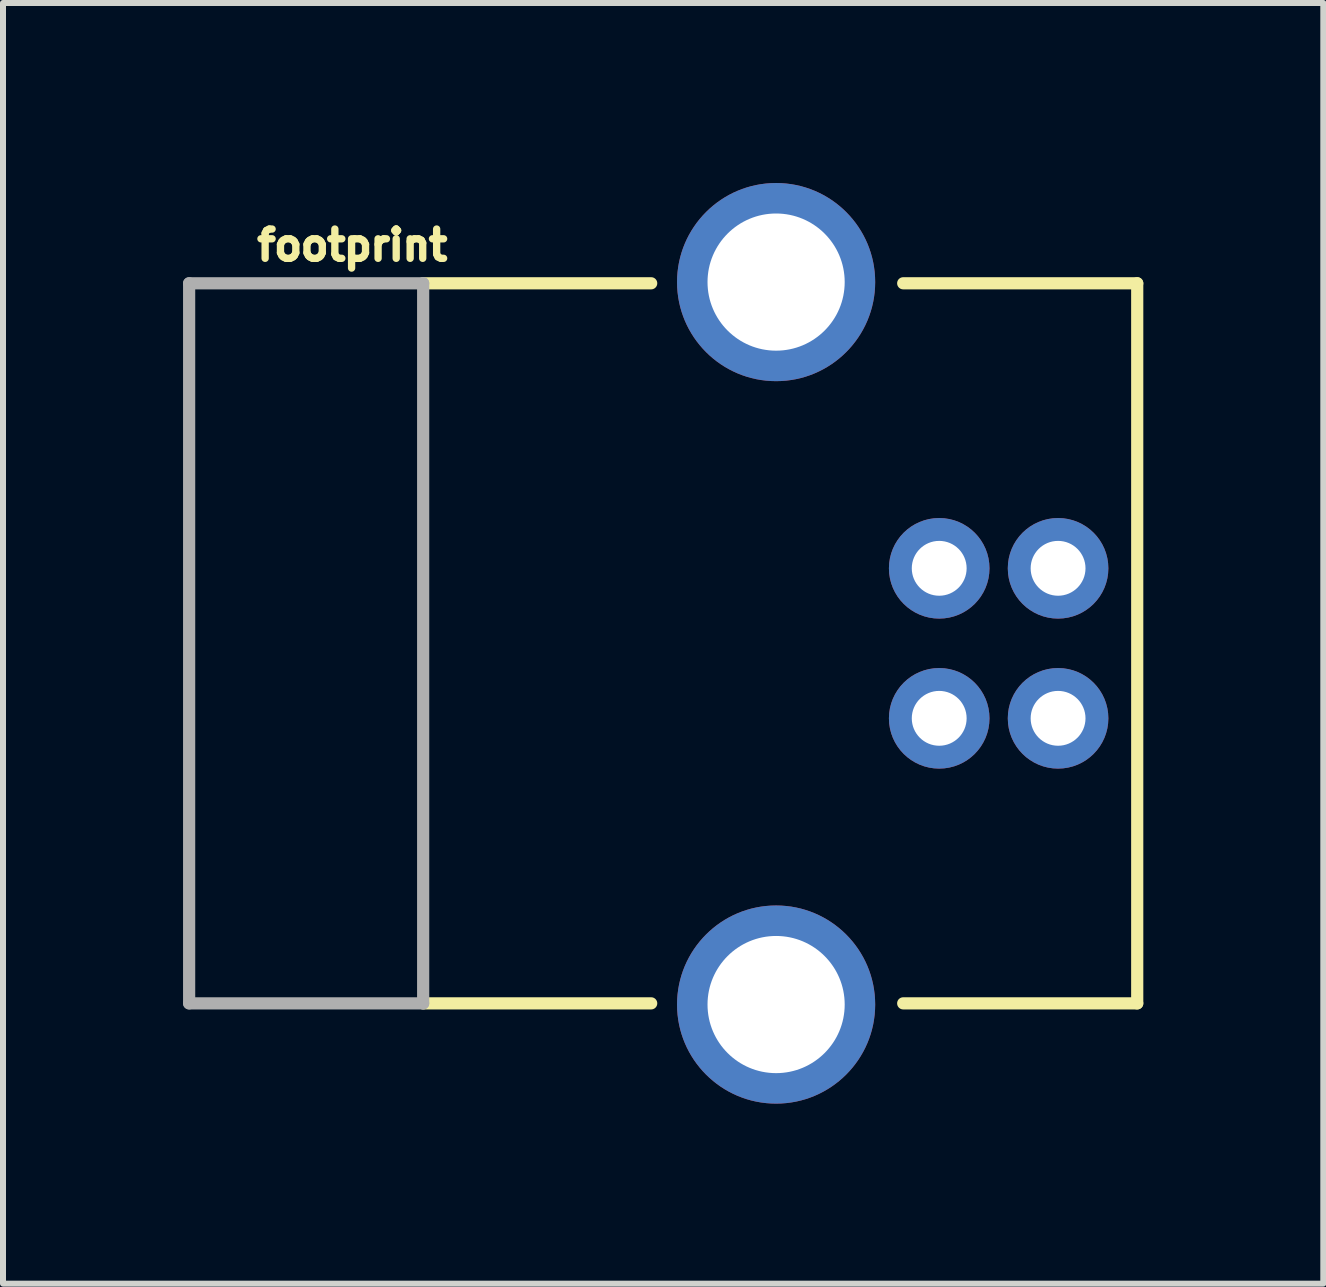
<source format=kicad_pcb>
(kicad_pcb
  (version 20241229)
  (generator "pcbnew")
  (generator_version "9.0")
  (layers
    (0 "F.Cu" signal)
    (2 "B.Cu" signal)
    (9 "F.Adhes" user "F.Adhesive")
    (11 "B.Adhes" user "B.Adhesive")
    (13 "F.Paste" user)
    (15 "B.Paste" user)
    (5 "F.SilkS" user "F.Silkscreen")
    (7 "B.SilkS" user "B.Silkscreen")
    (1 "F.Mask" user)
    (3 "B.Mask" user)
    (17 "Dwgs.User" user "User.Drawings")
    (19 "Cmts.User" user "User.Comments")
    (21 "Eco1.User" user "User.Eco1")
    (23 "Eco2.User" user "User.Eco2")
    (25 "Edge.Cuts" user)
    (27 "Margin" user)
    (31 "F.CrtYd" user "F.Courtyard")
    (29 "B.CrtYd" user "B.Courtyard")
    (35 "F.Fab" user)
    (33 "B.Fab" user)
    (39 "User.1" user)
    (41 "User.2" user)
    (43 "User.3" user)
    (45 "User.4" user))
  (footprint "footprint"
    (layer "F.Cu")
    (at 8.602 7.671)
    (property "Reference" "footprint" (at -7.43 -6.35 0) (layer "F.SilkS") (effects (font (size 0.488 0.488) (thickness 0.122)) (justify left bottom)))
    (fp_line (start -4.6 -6) (end -0.8 -6) (stroke (width 0.203) (type solid)) (layer "F.SilkS"))
    (fp_line (start -4.6 6) (end -0.8 6) (stroke (width 0.203) (type solid)) (layer "F.SilkS"))
    (fp_line (start 3.4 6) (end 7.3 6) (stroke (width 0.203) (type solid)) (layer "F.SilkS"))
    (fp_line (start 7.3 -6) (end 3.4 -6) (stroke (width 0.203) (type solid)) (layer "F.SilkS"))
    (fp_line (start 7.3 6) (end 7.3 -6) (stroke (width 0.203) (type solid)) (layer "F.SilkS"))
    (fp_line (start -8.5 -6) (end -4.6 -6) (stroke (width 0.203) (type solid)) (layer "F.Fab"))
    (fp_line (start -8.5 6) (end -8.5 -6) (stroke (width 0.203) (type solid)) (layer "F.Fab"))
    (fp_line (start -4.6 -6) (end -4.6 6) (stroke (width 0.203) (type solid)) (layer "F.Fab"))
    (fp_line (start -4.6 6) (end -8.5 6) (stroke (width 0.203) (type solid)) (layer "F.Fab"))
    (pad "D+" thru_hole circle (at 4 -1.25 270) (size 1.676 1.676) (drill 0.914) (layers "*.Cu" "*.Mask"))
    (pad "D-" thru_hole circle (at 5.981 -1.25 90) (size 1.676 1.676) (drill 0.914) (layers "*.Cu" "*.Mask"))
    (pad "GND" thru_hole circle (at 4 1.25 270) (size 1.676 1.676) (drill 0.914) (layers "*.Cu" "*.Mask"))
    (pad "SHLD1" thru_hole circle (at 1.282 6.02) (size 3.302 3.302) (drill 2.286) (layers "*.Cu" "*.Mask"))
    (pad "SHLD2" thru_hole circle (at 1.282 -6.02) (size 3.302 3.302) (drill 2.286) (layers "*.Cu" "*.Mask"))
    (pad "VBUS" thru_hole circle (at 5.981 1.25 90) (size 1.676 1.676) (drill 0.914) (layers "*.Cu" "*.Mask")))
  (gr_rect
    (start -3 -3)
    (end 19.003 18.342)
    (stroke (width 0.1) (type default))
    (fill no)
    (layer "Edge.Cuts")))
</source>
